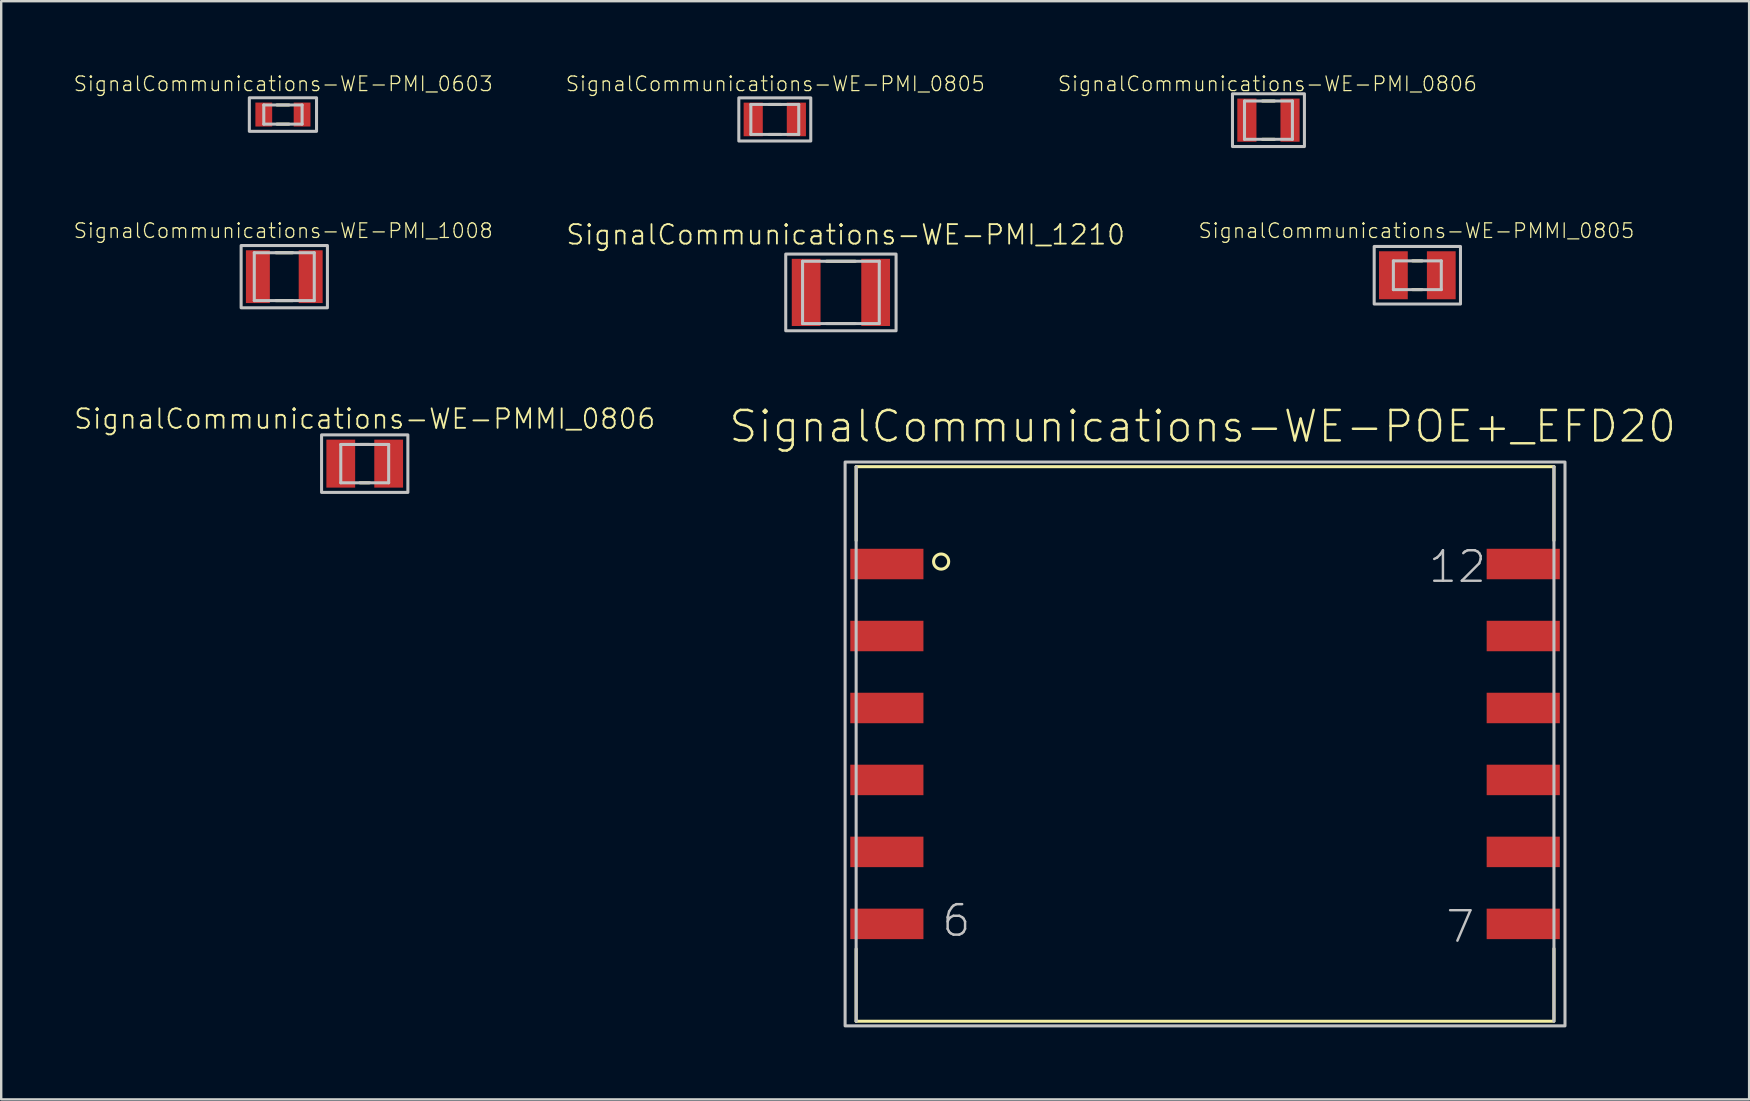
<source format=kicad_pcb>
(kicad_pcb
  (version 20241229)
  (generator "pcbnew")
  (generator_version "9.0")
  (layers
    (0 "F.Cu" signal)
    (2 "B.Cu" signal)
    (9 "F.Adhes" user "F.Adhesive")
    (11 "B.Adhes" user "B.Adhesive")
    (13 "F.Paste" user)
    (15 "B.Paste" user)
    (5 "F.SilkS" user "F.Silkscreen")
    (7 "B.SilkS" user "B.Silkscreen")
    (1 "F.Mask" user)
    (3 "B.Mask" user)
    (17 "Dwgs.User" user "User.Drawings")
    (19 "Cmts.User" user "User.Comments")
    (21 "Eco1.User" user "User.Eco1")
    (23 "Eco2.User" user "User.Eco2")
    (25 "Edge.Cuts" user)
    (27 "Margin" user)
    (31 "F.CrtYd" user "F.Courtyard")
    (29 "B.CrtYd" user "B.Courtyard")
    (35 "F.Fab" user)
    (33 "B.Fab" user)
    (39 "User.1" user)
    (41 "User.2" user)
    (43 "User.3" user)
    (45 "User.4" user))
  (footprint "SignalCommunications-WE-PMMI_0805"
    (layer "F.Cu")
    (at 56.011 8.42)
    (property "Reference" "SignalCommunications-WE-PMMI_0805" (at -0.038 -1.854 0) (layer "F.SilkS") (effects (font (size 0.61 0.61) (thickness 0.051))))
    (attr smd)
    (fp_line (start -0.198 -0.599) (end 0.198 -0.599) (stroke (width 0.127) (type solid)) (layer "F.SilkS"))
    (fp_line (start -0.198 0.599) (end 0.198 0.599) (stroke (width 0.127) (type solid)) (layer "F.SilkS"))
    (fp_line (start -0.998 -0.599) (end 0.998 -0.599) (stroke (width 0.127) (type solid)) (layer "Dwgs.User"))
    (fp_line (start -0.998 0.599) (end -0.998 -0.599) (stroke (width 0.127) (type solid)) (layer "Dwgs.User"))
    (fp_line (start 0.998 -0.599) (end 0.998 0.599) (stroke (width 0.127) (type solid)) (layer "Dwgs.User"))
    (fp_line (start 0.998 0.599) (end -0.998 0.599) (stroke (width 0.127) (type solid)) (layer "Dwgs.User"))
    (fp_poly (pts (xy -1.798 -1.199) (xy 1.798 -1.199) (xy 1.798 1.199) (xy -1.798 1.199) (xy -1.798 -1.199)) (stroke (width 0.127) (type solid)) (fill no) (layer "Dwgs.User"))
    (pad "1" smd rect (at -0.998 0 90) (size 1.999 1.199) (layers "F.Cu" "F.Mask" "F.Paste"))
    (pad "2" smd rect (at 0.998 0 90) (size 1.999 1.199) (layers "F.Cu" "F.Mask" "F.Paste")))
  (footprint "SignalCommunications-WE-PMI_1008"
    (layer "F.Cu")
    (at 8.796 8.479)
    (property "Reference" "SignalCommunications-WE-PMI_1008" (at -0.043 -1.913 0) (layer "F.SilkS") (effects (font (size 0.61 0.61) (thickness 0.051))))
    (attr smd)
    (fp_line (start -0.348 -0.998) (end 0.348 -0.998) (stroke (width 0.127) (type solid)) (layer "F.SilkS"))
    (fp_line (start -0.348 0.998) (end 0.348 0.998) (stroke (width 0.127) (type solid)) (layer "F.SilkS"))
    (fp_line (start -1.25 -0.998) (end -1.25 0.998) (stroke (width 0.127) (type solid)) (layer "Dwgs.User"))
    (fp_line (start -1.25 0.998) (end 1.25 0.998) (stroke (width 0.127) (type solid)) (layer "Dwgs.User"))
    (fp_line (start 1.25 -0.998) (end -1.25 -0.998) (stroke (width 0.127) (type solid)) (layer "Dwgs.User"))
    (fp_line (start 1.25 0.998) (end 1.25 -0.998) (stroke (width 0.127) (type solid)) (layer "Dwgs.User"))
    (fp_poly (pts (xy -1.798 -1.298) (xy 1.798 -1.298) (xy 1.798 1.298) (xy -1.798 1.298) (xy -1.798 -1.298)) (stroke (width 0.127) (type solid)) (fill no) (layer "Dwgs.User"))
    (pad "1" smd rect (at -1.1 0) (size 0.998 2.2) (layers "F.Cu" "F.Mask" "F.Paste"))
    (pad "2" smd rect (at 1.1 0) (size 0.998 2.2) (layers "F.Cu" "F.Mask" "F.Paste")))
  (footprint "SignalCommunications-WE-PMI_0805"
    (layer "F.Cu")
    (at 29.236 1.927)
    (property "Reference" "SignalCommunications-WE-PMI_0805" (at 0.023 -1.481 0) (layer "F.SilkS") (effects (font (size 0.61 0.61) (thickness 0.051))))
    (attr smd)
    (fp_line (start -0.249 -0.625) (end 0.249 -0.625) (stroke (width 0.127) (type solid)) (layer "F.SilkS"))
    (fp_line (start -0.249 0.625) (end 0.249 0.625) (stroke (width 0.127) (type solid)) (layer "F.SilkS"))
    (fp_line (start -0.998 -0.625) (end -0.998 0.625) (stroke (width 0.127) (type solid)) (layer "Dwgs.User"))
    (fp_line (start -0.998 0.625) (end 0.998 0.625) (stroke (width 0.127) (type solid)) (layer "Dwgs.User"))
    (fp_line (start 0.998 -0.625) (end -0.998 -0.625) (stroke (width 0.127) (type solid)) (layer "Dwgs.User"))
    (fp_line (start 0.998 0.625) (end 0.998 -0.625) (stroke (width 0.127) (type solid)) (layer "Dwgs.User"))
    (fp_poly (pts (xy -1.499 -0.899) (xy 1.499 -0.899) (xy 1.499 0.899) (xy -1.499 0.899) (xy -1.499 -0.899)) (stroke (width 0.127) (type solid)) (fill no) (layer "Dwgs.User"))
    (pad "1" smd rect (at -0.899 0) (size 0.798 1.4) (layers "F.Cu" "F.Mask" "F.Paste"))
    (pad "2" smd rect (at 0.899 0) (size 0.798 1.4) (layers "F.Cu" "F.Mask" "F.Paste")))
  (footprint "SignalCommunications-WE-PMI_1210"
    (layer "F.Cu")
    (at 31.991 9.135)
    (property "Reference" "SignalCommunications-WE-PMI_1210" (at 0.198 -2.405 0) (layer "F.SilkS") (effects (font (size 0.813 0.813) (thickness 0.076))))
    (attr smd)
    (fp_line (start -0.599 -1.298) (end 0.599 -1.298) (stroke (width 0.127) (type solid)) (layer "F.SilkS"))
    (fp_line (start -0.599 1.298) (end 0.599 1.298) (stroke (width 0.127) (type solid)) (layer "F.SilkS"))
    (fp_line (start -1.598 -1.298) (end 1.598 -1.298) (stroke (width 0.127) (type solid)) (layer "Dwgs.User"))
    (fp_line (start -1.598 1.298) (end -1.598 -1.298) (stroke (width 0.127) (type solid)) (layer "Dwgs.User"))
    (fp_line (start 1.598 -1.298) (end 1.598 1.298) (stroke (width 0.127) (type solid)) (layer "Dwgs.User"))
    (fp_line (start 1.598 1.298) (end -1.598 1.298) (stroke (width 0.127) (type solid)) (layer "Dwgs.User"))
    (fp_poly (pts (xy -2.299 -1.598) (xy 2.299 -1.598) (xy 2.299 1.598) (xy -2.299 1.598) (xy -2.299 -1.598)) (stroke (width 0.127) (type solid)) (fill no) (layer "Dwgs.User"))
    (pad "1" smd rect (at -1.448 0 90) (size 2.799 1.199) (layers "F.Cu" "F.Mask" "F.Paste"))
    (pad "2" smd rect (at 1.448 0 90) (size 2.799 1.199) (layers "F.Cu" "F.Mask" "F.Paste")))
  (footprint "SignalCommunications-WE-POE+_EFD20"
    (layer "F.Cu")
    (at 47.165 27.951)
    (property "Reference" "SignalCommunications-WE-POE+_EFD20" (at -0.099 -13.233 0) (layer "F.SilkS") (effects (font (size 1.27 1.27) (thickness 0.102))))
    (attr smd)
    (fp_line (start -14.539 -11.554) (end 14.539 -11.554) (stroke (width 0.127) (type solid)) (layer "F.SilkS"))
    (fp_line (start -14.539 -8.479) (end -14.539 -11.554) (stroke (width 0.127) (type solid)) (layer "F.SilkS"))
    (fp_line (start -14.539 8.539) (end -14.539 11.554) (stroke (width 0.127) (type solid)) (layer "F.SilkS"))
    (fp_line (start -14.539 11.554) (end 14.539 11.554) (stroke (width 0.127) (type solid)) (layer "F.SilkS"))
    (fp_line (start 14.539 -8.479) (end 14.539 -11.554) (stroke (width 0.127) (type solid)) (layer "F.SilkS"))
    (fp_line (start 14.539 8.529) (end 14.539 11.488) (stroke (width 0.127) (type solid)) (layer "F.SilkS"))
    (fp_circle (center -10.998 -7.6) (end -10.998 -7.915) (stroke (width 0.127) (type solid)) (fill no) (layer "F.SilkS"))
    (fp_line (start -14.539 -11.554) (end -14.539 11.554) (stroke (width 0.127) (type solid)) (layer "Dwgs.User"))
    (fp_line (start 14.539 -11.554) (end 14.539 11.554) (stroke (width 0.127) (type solid)) (layer "Dwgs.User"))
    (fp_poly (pts (xy -14.999 -11.748) (xy 14.999 -11.748) (xy 14.999 11.748) (xy -14.999 11.748) (xy -14.999 -11.748)) (stroke (width 0.127) (type solid)) (fill no) (layer "Dwgs.User"))
    (fp_text user "6" (at -10.363 7.363 0) (layer "Dwgs.User") (effects (font (size 1.27 1.27) (thickness 0.102))))
    (fp_text user "12" (at 10.518 -7.384 0) (layer "Dwgs.User") (effects (font (size 1.27 1.27) (thickness 0.102))))
    (fp_text user "7" (at 10.635 7.615 0) (layer "Dwgs.User") (effects (font (size 1.27 1.27) (thickness 0.102))))
    (pad "1" smd rect (at -13.259 -7.498) (size 3.048 1.27) (layers "F.Cu" "F.Mask" "F.Paste"))
    (pad "2" smd rect (at -13.259 -4.498) (size 3.048 1.27) (layers "F.Cu" "F.Mask" "F.Paste"))
    (pad "3" smd rect (at -13.259 -1.499) (size 3.048 1.27) (layers "F.Cu" "F.Mask" "F.Paste"))
    (pad "4" smd rect (at -13.259 1.499) (size 3.048 1.27) (layers "F.Cu" "F.Mask" "F.Paste"))
    (pad "5" smd rect (at -13.259 4.498) (size 3.048 1.27) (layers "F.Cu" "F.Mask" "F.Paste"))
    (pad "6" smd rect (at -13.259 7.498) (size 3.048 1.27) (layers "F.Cu" "F.Mask" "F.Paste"))
    (pad "7" smd rect (at 13.259 7.498) (size 3.048 1.27) (layers "F.Cu" "F.Mask" "F.Paste"))
    (pad "8" smd rect (at 13.259 4.498) (size 3.048 1.27) (layers "F.Cu" "F.Mask" "F.Paste"))
    (pad "9" smd rect (at 13.259 1.499) (size 3.048 1.27) (layers "F.Cu" "F.Mask" "F.Paste"))
    (pad "10" smd rect (at 13.259 -1.499) (size 3.048 1.27) (layers "F.Cu" "F.Mask" "F.Paste"))
    (pad "11" smd rect (at 13.259 -4.498) (size 3.048 1.27) (layers "F.Cu" "F.Mask" "F.Paste"))
    (pad "12" smd rect (at 13.259 -7.498) (size 3.048 1.27) (layers "F.Cu" "F.Mask" "F.Paste")))
  (footprint "SignalCommunications-WE-PMI_0806"
    (layer "F.Cu")
    (at 49.807 1.957)
    (property "Reference" "SignalCommunications-WE-PMI_0806" (at -0.043 -1.511 0) (layer "F.SilkS") (effects (font (size 0.61 0.61) (thickness 0.051))))
    (attr smd)
    (fp_line (start -0.249 -0.798) (end 0.249 -0.798) (stroke (width 0.127) (type solid)) (layer "F.SilkS"))
    (fp_line (start 0.249 0.798) (end -0.249 0.798) (stroke (width 0.127) (type solid)) (layer "F.SilkS"))
    (fp_line (start -0.998 -0.798) (end -0.998 0.798) (stroke (width 0.127) (type solid)) (layer "Dwgs.User"))
    (fp_line (start -0.998 0.798) (end 0.998 0.798) (stroke (width 0.127) (type solid)) (layer "Dwgs.User"))
    (fp_line (start 0.998 -0.798) (end -0.998 -0.798) (stroke (width 0.127) (type solid)) (layer "Dwgs.User"))
    (fp_line (start 0.998 0.798) (end 0.998 -0.798) (stroke (width 0.127) (type solid)) (layer "Dwgs.User"))
    (fp_poly (pts (xy -1.499 -1.1) (xy 1.499 -1.1) (xy 1.499 1.1) (xy -1.499 1.1) (xy -1.499 -1.1)) (stroke (width 0.127) (type solid)) (fill no) (layer "Dwgs.User"))
    (pad "1" smd rect (at -0.899 0) (size 0.798 1.798) (layers "F.Cu" "F.Mask" "F.Paste"))
    (pad "2" smd rect (at 0.899 0) (size 0.798 1.798) (layers "F.Cu" "F.Mask" "F.Paste")))
  (footprint "SignalCommunications-WE-PMI_0603"
    (layer "F.Cu")
    (at 8.74 1.723)
    (property "Reference" "SignalCommunications-WE-PMI_0603" (at 0.013 -1.278 0) (layer "F.SilkS") (effects (font (size 0.61 0.61) (thickness 0.051))))
    (attr smd)
    (fp_line (start -0.249 -0.399) (end 0.249 -0.399) (stroke (width 0.127) (type solid)) (layer "F.SilkS"))
    (fp_line (start 0.249 0.399) (end -0.249 0.399) (stroke (width 0.127) (type solid)) (layer "F.SilkS"))
    (fp_line (start -0.798 -0.399) (end -0.798 0.399) (stroke (width 0.127) (type solid)) (layer "Dwgs.User"))
    (fp_line (start -0.798 0.399) (end 0.798 0.399) (stroke (width 0.127) (type solid)) (layer "Dwgs.User"))
    (fp_line (start 0.798 -0.399) (end -0.798 -0.399) (stroke (width 0.127) (type solid)) (layer "Dwgs.User"))
    (fp_line (start 0.798 0.399) (end 0.798 -0.399) (stroke (width 0.127) (type solid)) (layer "Dwgs.User"))
    (fp_poly (pts (xy -1.4 -0.699) (xy 1.4 -0.699) (xy 1.4 0.699) (xy -1.4 0.699) (xy -1.4 -0.699)) (stroke (width 0.127) (type solid)) (fill no) (layer "Dwgs.User"))
    (pad "1" smd rect (at -0.798 0) (size 0.699 0.998) (layers "F.Cu" "F.Mask" "F.Paste"))
    (pad "2" smd rect (at 0.798 0) (size 0.699 0.998) (layers "F.Cu" "F.Mask" "F.Paste")))
  (footprint "SignalCommunications-WE-PMMI_0806"
    (layer "F.Cu")
    (at 12.148 16.27)
    (property "Reference" "SignalCommunications-WE-PMMI_0806" (at 0 -1.864 0) (layer "F.SilkS") (effects (font (size 0.813 0.813) (thickness 0.076))))
    (attr smd)
    (fp_line (start -0.198 -0.798) (end 0.198 -0.798) (stroke (width 0.127) (type solid)) (layer "F.SilkS"))
    (fp_line (start -0.198 0.798) (end 0.198 0.798) (stroke (width 0.127) (type solid)) (layer "F.SilkS"))
    (fp_line (start -0.998 -0.798) (end 0.998 -0.798) (stroke (width 0.127) (type solid)) (layer "Dwgs.User"))
    (fp_line (start -0.998 0.798) (end -0.998 -0.798) (stroke (width 0.127) (type solid)) (layer "Dwgs.User"))
    (fp_line (start 0.998 -0.798) (end 0.998 0.798) (stroke (width 0.127) (type solid)) (layer "Dwgs.User"))
    (fp_line (start 0.998 0.798) (end -0.998 0.798) (stroke (width 0.127) (type solid)) (layer "Dwgs.User"))
    (fp_poly (pts (xy -1.798 -1.199) (xy 1.798 -1.199) (xy 1.798 1.199) (xy -1.798 1.199) (xy -1.798 -1.199)) (stroke (width 0.127) (type solid)) (fill no) (layer "Dwgs.User"))
    (pad "1" smd rect (at -0.998 0 90) (size 1.999 1.199) (layers "F.Cu" "F.Mask" "F.Paste"))
    (pad "2" smd rect (at 0.998 0 90) (size 1.999 1.199) (layers "F.Cu" "F.Mask" "F.Paste")))
  (gr_rect
    (start -3 -3)
    (end 69.837 42.762)
    (stroke (width 0.1) (type default))
    (fill no)
    (layer "Edge.Cuts")))
</source>
